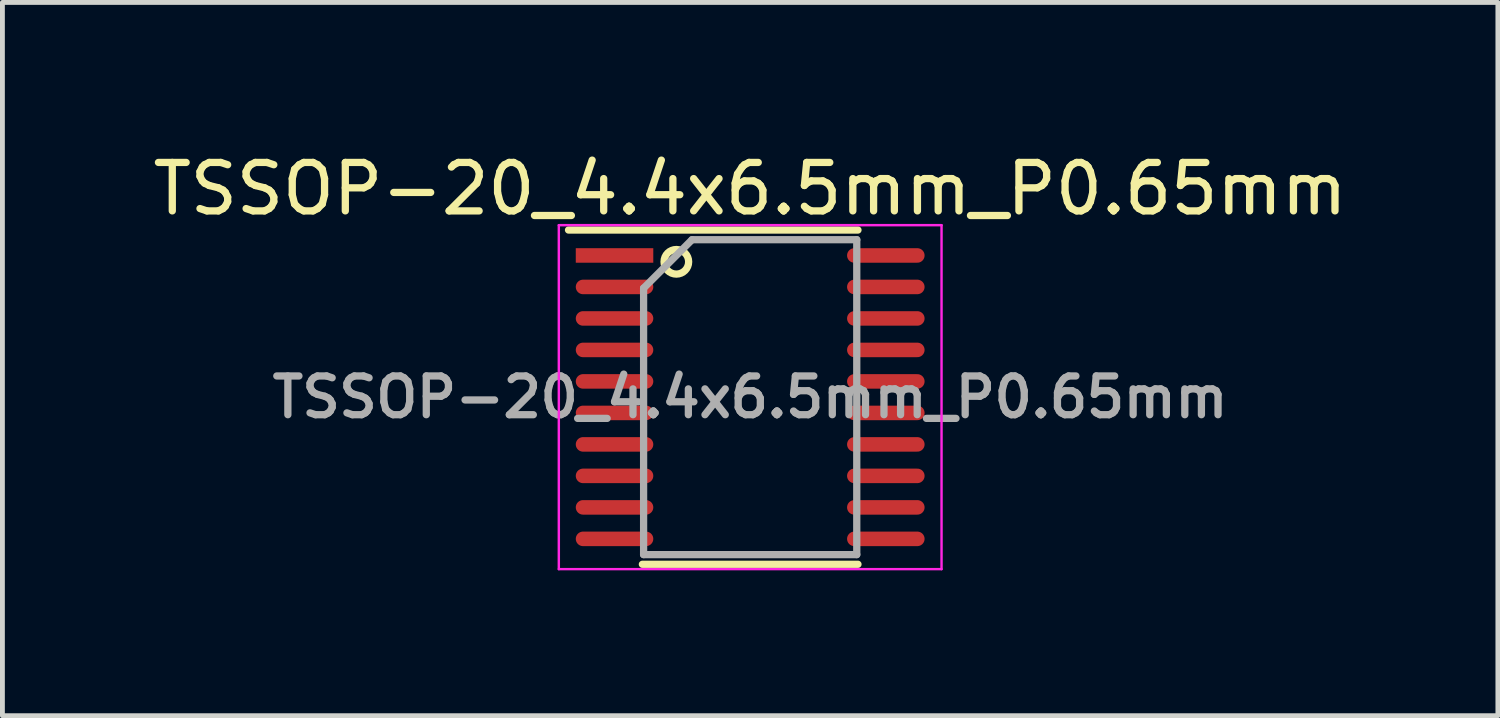
<source format=kicad_pcb>
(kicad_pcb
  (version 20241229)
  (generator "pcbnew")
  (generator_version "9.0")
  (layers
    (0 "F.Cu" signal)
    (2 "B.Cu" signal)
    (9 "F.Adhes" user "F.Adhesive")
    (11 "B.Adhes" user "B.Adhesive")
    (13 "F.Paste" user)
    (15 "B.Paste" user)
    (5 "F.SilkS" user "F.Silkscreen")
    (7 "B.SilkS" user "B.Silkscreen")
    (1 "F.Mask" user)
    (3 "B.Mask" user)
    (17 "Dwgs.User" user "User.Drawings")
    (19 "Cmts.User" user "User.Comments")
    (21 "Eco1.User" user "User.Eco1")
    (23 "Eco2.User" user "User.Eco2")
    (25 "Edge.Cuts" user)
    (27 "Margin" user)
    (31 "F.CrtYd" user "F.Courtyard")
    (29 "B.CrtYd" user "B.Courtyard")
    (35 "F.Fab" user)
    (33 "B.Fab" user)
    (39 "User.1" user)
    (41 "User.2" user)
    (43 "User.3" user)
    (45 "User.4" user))
  (footprint "TSSOP-20_4.4x6.5mm_P0.65mm"
    (layer "F.Cu")
    (at 12.435 5.148)
    (property "Reference" "TSSOP-20_4.4x6.5mm_P0.65mm" (at 0 -4.3 0) (layer "F.SilkS") (effects (font (size 1 1) (thickness 0.15))))
    (attr smd)
    (fp_line (start -3.75 -3.45) (end 2.225 -3.45) (stroke (width 0.15) (type solid)) (layer "F.SilkS"))
    (fp_line (start -2.225 3.45) (end 2.225 3.45) (stroke (width 0.15) (type solid)) (layer "F.SilkS"))
    (fp_circle (center -1.524 -2.794) (end -1.27 -2.794) (stroke (width 0.15) (type solid)) (fill no) (layer "F.SilkS"))
    (fp_line (start -3.95 -3.55) (end -3.95 3.55) (stroke (width 0.05) (type solid)) (layer "F.CrtYd"))
    (fp_line (start -3.95 -3.55) (end 3.95 -3.55) (stroke (width 0.05) (type solid)) (layer "F.CrtYd"))
    (fp_line (start -3.95 3.55) (end 3.95 3.55) (stroke (width 0.05) (type solid)) (layer "F.CrtYd"))
    (fp_line (start 3.95 -3.55) (end 3.95 3.55) (stroke (width 0.05) (type solid)) (layer "F.CrtYd"))
    (fp_line (start -2.2 -2.25) (end -1.2 -3.25) (stroke (width 0.15) (type solid)) (layer "F.Fab"))
    (fp_line (start -2.2 3.25) (end -2.2 -2.25) (stroke (width 0.15) (type solid)) (layer "F.Fab"))
    (fp_line (start -1.2 -3.25) (end 2.2 -3.25) (stroke (width 0.15) (type solid)) (layer "F.Fab"))
    (fp_line (start 2.2 -3.25) (end 2.2 3.25) (stroke (width 0.15) (type solid)) (layer "F.Fab"))
    (fp_line (start 2.2 3.25) (end -2.2 3.25) (stroke (width 0.15) (type solid)) (layer "F.Fab"))
    (fp_text user "${REFERENCE}" (at 0 0 0) (layer "F.Fab") (effects (font (size 0.8 0.8) (thickness 0.15))))
    (pad "1" smd rect (at -2.8 -2.925) (size 1.6 0.3) (layers "F.Cu" "F.Mask" "F.Paste"))
    (pad "2" smd oval (at -2.8 -2.275) (size 1.6 0.3) (layers "F.Cu" "F.Mask" "F.Paste"))
    (pad "3" smd oval (at -2.8 -1.625) (size 1.6 0.3) (layers "F.Cu" "F.Mask" "F.Paste"))
    (pad "4" smd oval (at -2.8 -0.975) (size 1.6 0.3) (layers "F.Cu" "F.Mask" "F.Paste"))
    (pad "5" smd oval (at -2.8 -0.325) (size 1.6 0.3) (layers "F.Cu" "F.Mask" "F.Paste"))
    (pad "6" smd oval (at -2.8 0.325) (size 1.6 0.3) (layers "F.Cu" "F.Mask" "F.Paste"))
    (pad "7" smd oval (at -2.8 0.975) (size 1.6 0.3) (layers "F.Cu" "F.Mask" "F.Paste"))
    (pad "8" smd oval (at -2.8 1.625) (size 1.6 0.3) (layers "F.Cu" "F.Mask" "F.Paste"))
    (pad "9" smd oval (at -2.8 2.275) (size 1.6 0.3) (layers "F.Cu" "F.Mask" "F.Paste"))
    (pad "10" smd oval (at -2.8 2.925) (size 1.6 0.3) (layers "F.Cu" "F.Mask" "F.Paste"))
    (pad "11" smd oval (at 2.8 2.925) (size 1.6 0.3) (layers "F.Cu" "F.Mask" "F.Paste"))
    (pad "12" smd oval (at 2.8 2.275) (size 1.6 0.3) (layers "F.Cu" "F.Mask" "F.Paste"))
    (pad "13" smd oval (at 2.8 1.625) (size 1.6 0.3) (layers "F.Cu" "F.Mask" "F.Paste"))
    (pad "14" smd oval (at 2.8 0.975) (size 1.6 0.3) (layers "F.Cu" "F.Mask" "F.Paste"))
    (pad "15" smd oval (at 2.8 0.325) (size 1.6 0.3) (layers "F.Cu" "F.Mask" "F.Paste"))
    (pad "16" smd oval (at 2.8 -0.325) (size 1.6 0.3) (layers "F.Cu" "F.Mask" "F.Paste"))
    (pad "17" smd oval (at 2.8 -0.975) (size 1.6 0.3) (layers "F.Cu" "F.Mask" "F.Paste"))
    (pad "18" smd oval (at 2.8 -1.625) (size 1.6 0.3) (layers "F.Cu" "F.Mask" "F.Paste"))
    (pad "19" smd oval (at 2.8 -2.275) (size 1.6 0.3) (layers "F.Cu" "F.Mask" "F.Paste"))
    (pad "20" smd oval (at 2.8 -2.925) (size 1.6 0.3) (layers "F.Cu" "F.Mask" "F.Paste")))
  (gr_rect
    (start -3 -3)
    (end 27.869 11.723)
    (stroke (width 0.1) (type default))
    (fill no)
    (layer "Edge.Cuts")))
</source>
